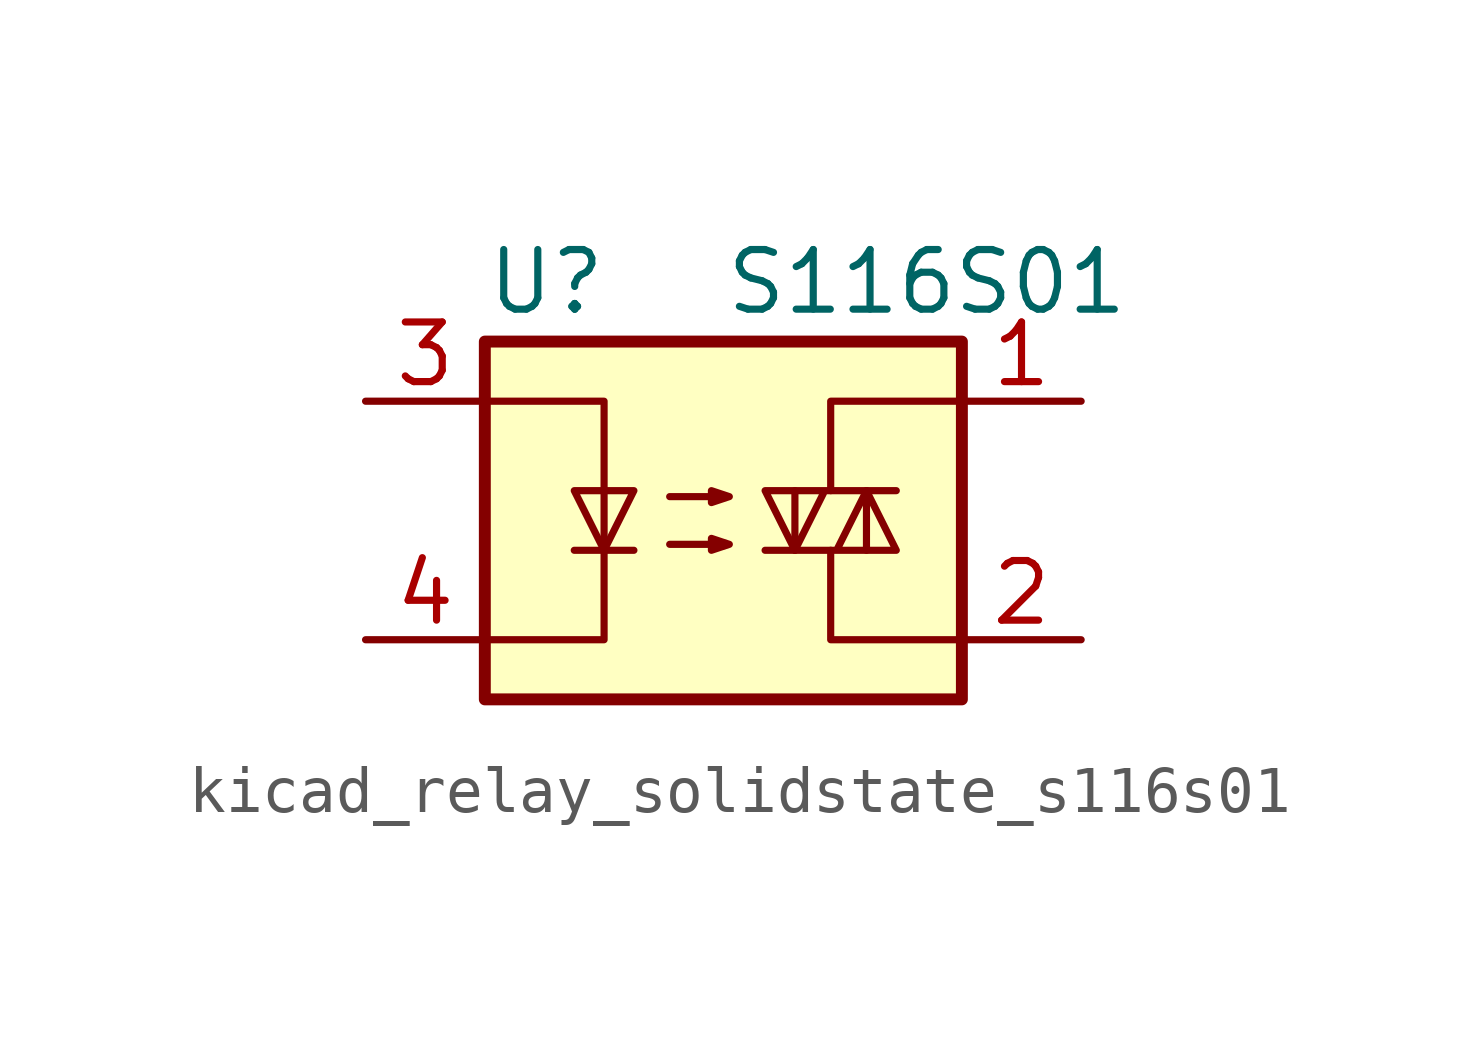
<source format=kicad_sym>
(kicad_symbol_lib
  (version 20220914)
  (generator kicad_symbol_editor)
  (symbol "kicad_relay_solidstate_s116s01"
    (property "Reference" "U"
      (at -5.08 5.08 0)
      (effects (font (size 1.27 1.27)) (justify left)))
    (property "Value" "S116S01"
      (at 0 5.08 0)
      (effects (font (size 1.27 1.27)) (justify left)))
    (symbol "kicad_relay_solidstate_s116s01_0_1"
      (rectangle (start -5.08 3.81) (end 5.08 -3.81) (stroke (width 0.254) (type default)) (fill (type background)))
      (polyline (pts (xy -3.175 -0.635) (xy -1.905 -0.635)) (stroke (width 0) (type default)) (fill (type none)))
      (polyline (pts (xy 1.524 -0.635) (xy 1.524 0.635)) (stroke (width 0) (type default)) (fill (type none)))
      (polyline (pts (xy 3.048 0.635) (xy 3.048 -0.635)) (stroke (width 0) (type default)) (fill (type none)))
      (polyline (pts (xy 2.286 -0.635) (xy 2.286 -2.54) (xy 5.08 -2.54)) (stroke (width 0) (type default)) (fill (type none)))
      (polyline (pts (xy 2.286 0.635) (xy 2.286 2.54) (xy 5.08 2.54)) (stroke (width 0) (type default)) (fill (type none)))
      (polyline (pts (xy -5.08 2.54) (xy -2.54 2.54) (xy -2.54 -2.54) (xy -5.08 -2.54)) (stroke (width 0) (type default)) (fill (type none)))
      (polyline (pts (xy -2.54 -0.635) (xy -3.175 0.635) (xy -1.905 0.635) (xy -2.54 -0.635)) (stroke (width 0) (type default)) (fill (type none)))
      (polyline (pts (xy 0.889 -0.635) (xy 3.683 -0.635) (xy 3.048 0.635) (xy 2.413 -0.635)) (stroke (width 0) (type default)) (fill (type none)))
      (polyline (pts (xy 3.683 0.635) (xy 0.889 0.635) (xy 1.524 -0.635) (xy 2.159 0.635)) (stroke (width 0) (type default)) (fill (type none)))
      (polyline (pts (xy -1.143 -0.508) (xy 0.127 -0.508) (xy -0.254 -0.635) (xy -0.254 -0.381) (xy 0.127 -0.508)) (stroke (width 0) (type default)) (fill (type none)))
      (polyline (pts (xy -1.143 0.508) (xy 0.127 0.508) (xy -0.254 0.381) (xy -0.254 0.635) (xy 0.127 0.508)) (stroke (width 0) (type default)) (fill (type none))))
    (symbol "kicad_relay_solidstate_s116s01_1_1"
      (pin passive line (at 7.62 2.54 180) (length 2.54) (name "~" (effects (font (size 1.27 1.27)))) (number "1" (effects (font (size 1.27 1.27)))))
      (pin passive line (at 7.62 -2.54 180) (length 2.54) (name "~" (effects (font (size 1.27 1.27)))) (number "2" (effects (font (size 1.27 1.27)))))
      (pin passive line (at -7.62 2.54 0) (length 2.54) (name "~" (effects (font (size 1.27 1.27)))) (number "3" (effects (font (size 1.27 1.27)))))
      (pin passive line (at -7.62 -2.54 0) (length 2.54) (name "~" (effects (font (size 1.27 1.27)))) (number "4" (effects (font (size 1.27 1.27))))))))
</source>
